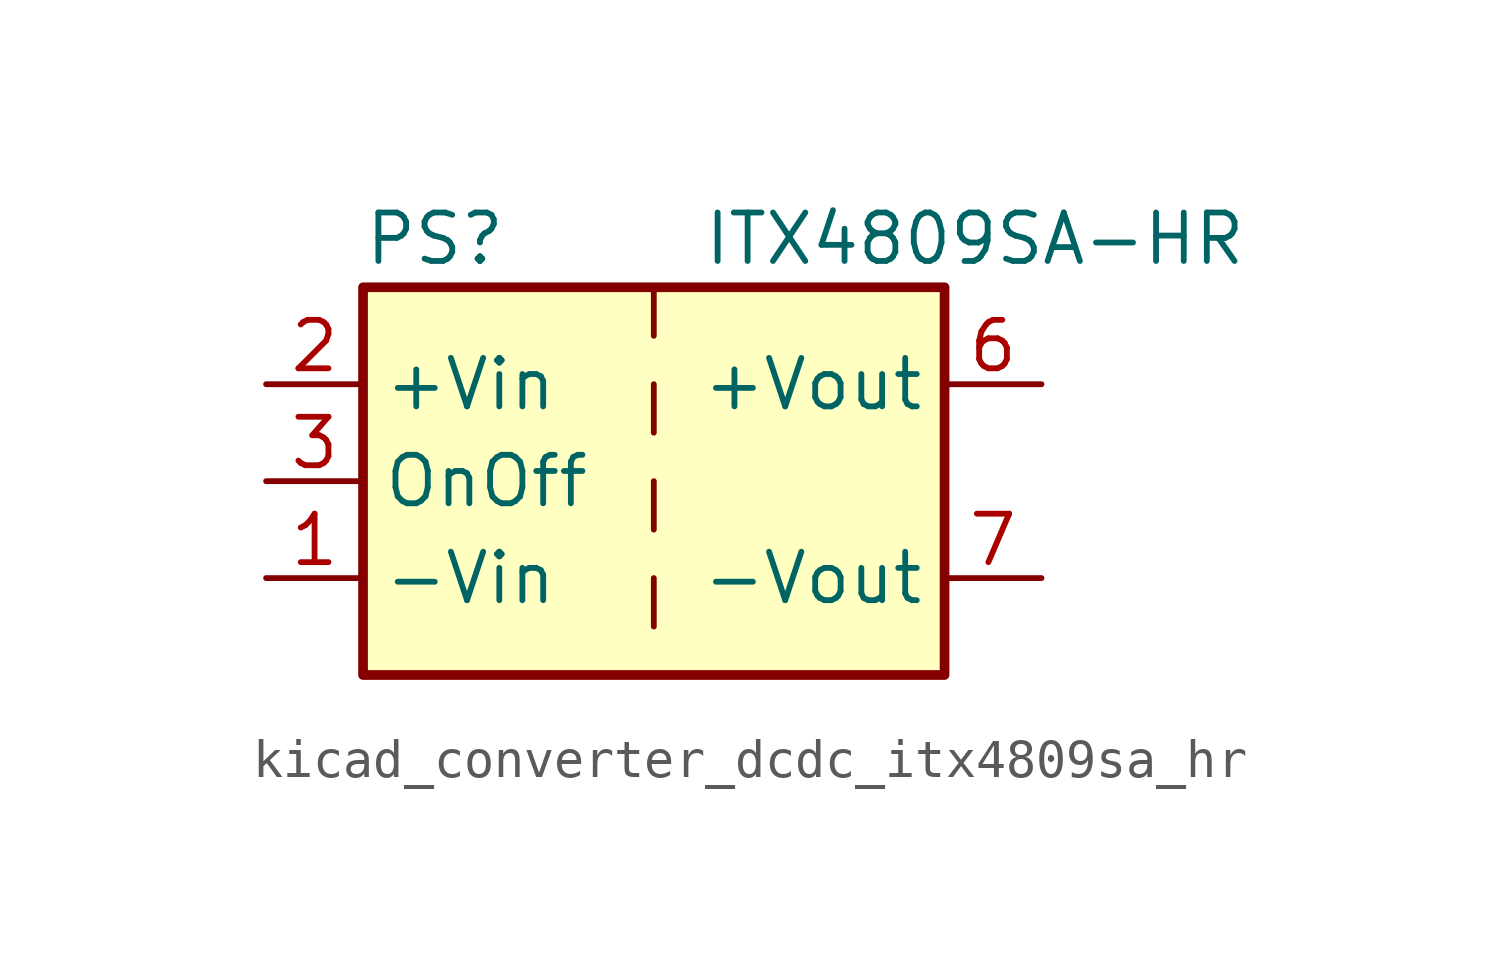
<source format=kicad_sym>
(kicad_symbol_lib
  (version 20220914)
  (generator kicad_symbol_editor)
  (symbol "kicad_converter_dcdc_itx4809sa_hr"
    (property "Reference" "PS"
      (at -7.62 6.35 0)
      (effects (font (size 1.27 1.27)) (justify left)))
    (property "Value" "ITX4809SA-HR"
      (at 1.27 6.35 0)
      (effects (font (size 1.27 1.27)) (justify left)))
    (symbol "kicad_converter_dcdc_itx4809sa_hr_0_0"
      (pin power_in line (at -10.16 -2.54 0) (length 2.54) (name "-Vin" (effects (font (size 1.27 1.27)))) (number "1" (effects (font (size 1.27 1.27)))))
      (pin power_in line (at -10.16 2.54 0) (length 2.54) (name "+Vin" (effects (font (size 1.27 1.27)))) (number "2" (effects (font (size 1.27 1.27)))))
      (pin input line (at -10.16 0 0) (length 2.54) (name "OnOff" (effects (font (size 1.27 1.27)))) (number "3" (effects (font (size 1.27 1.27)))))
      (pin no_connect line (at 0 5.08 270) (length 2.54) hide (name "NC" (effects (font (size 1.27 1.27)))) (number "5" (effects (font (size 1.27 1.27)))))
      (pin power_out line (at 10.16 2.54 180) (length 2.54) (name "+Vout" (effects (font (size 1.27 1.27)))) (number "6" (effects (font (size 1.27 1.27)))))
      (pin power_out line (at 10.16 -2.54 180) (length 2.54) (name "-Vout" (effects (font (size 1.27 1.27)))) (number "7" (effects (font (size 1.27 1.27)))))
      (pin no_connect line (at 7.62 0 180) (length 2.54) hide (name "NC" (effects (font (size 1.27 1.27)))) (number "8" (effects (font (size 1.27 1.27))))))
    (symbol "kicad_converter_dcdc_itx4809sa_hr_0_1"
      (rectangle (start -7.62 5.08) (end 7.62 -5.08) (stroke (width 0.254) (type default)) (fill (type background)))
      (polyline (pts (xy 0 -2.54) (xy 0 -3.81)) (stroke (width 0) (type default)) (fill (type none)))
      (polyline (pts (xy 0 0) (xy 0 -1.27)) (stroke (width 0) (type default)) (fill (type none)))
      (polyline (pts (xy 0 2.54) (xy 0 1.27)) (stroke (width 0) (type default)) (fill (type none)))
      (polyline (pts (xy 0 5.08) (xy 0 3.81)) (stroke (width 0) (type default)) (fill (type none))))))
</source>
